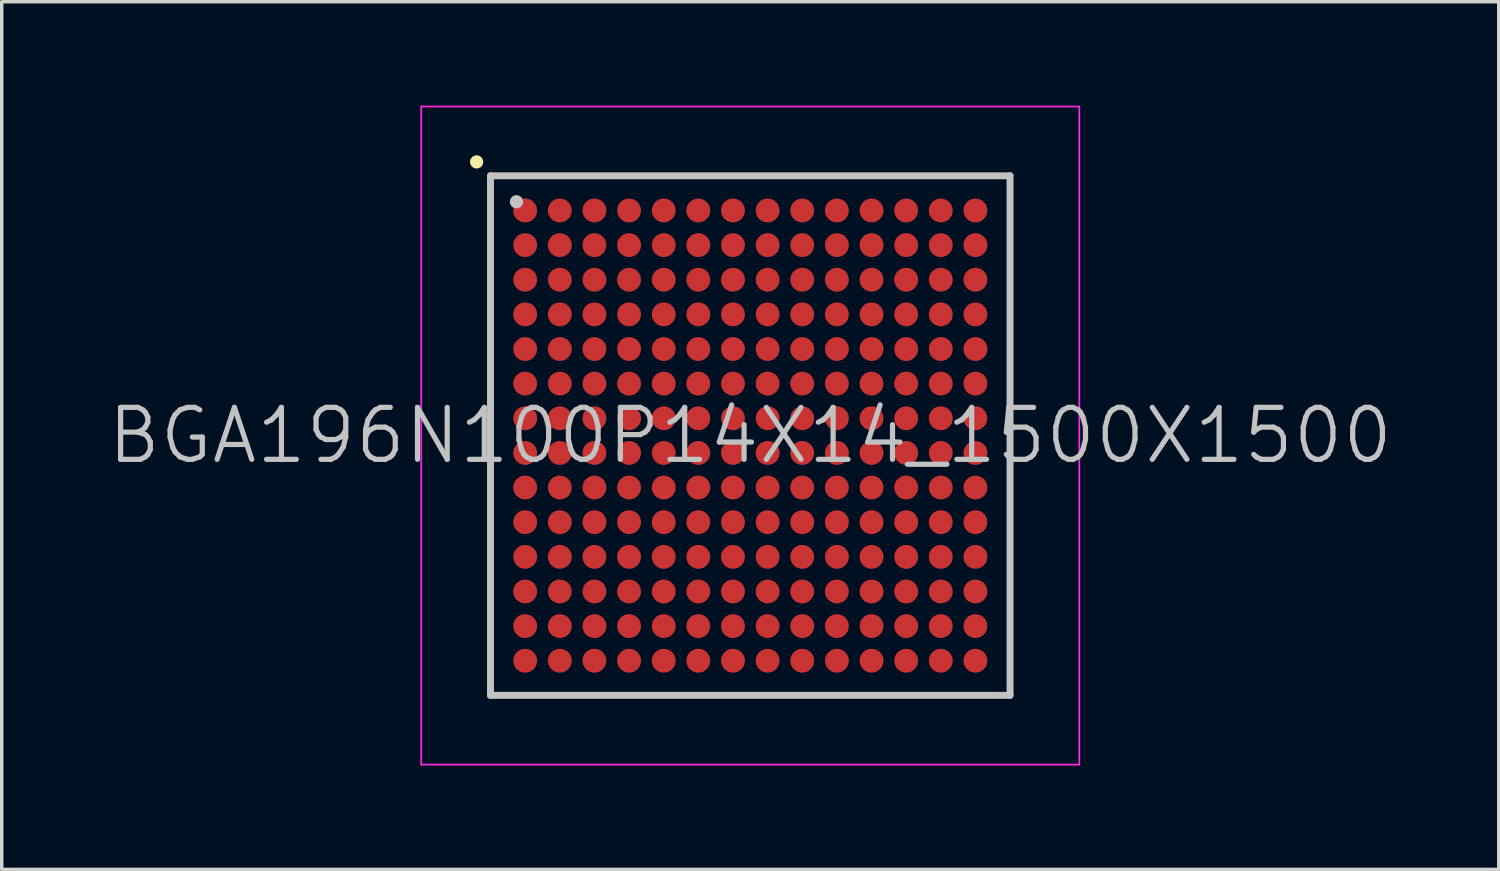
<source format=kicad_pcb>
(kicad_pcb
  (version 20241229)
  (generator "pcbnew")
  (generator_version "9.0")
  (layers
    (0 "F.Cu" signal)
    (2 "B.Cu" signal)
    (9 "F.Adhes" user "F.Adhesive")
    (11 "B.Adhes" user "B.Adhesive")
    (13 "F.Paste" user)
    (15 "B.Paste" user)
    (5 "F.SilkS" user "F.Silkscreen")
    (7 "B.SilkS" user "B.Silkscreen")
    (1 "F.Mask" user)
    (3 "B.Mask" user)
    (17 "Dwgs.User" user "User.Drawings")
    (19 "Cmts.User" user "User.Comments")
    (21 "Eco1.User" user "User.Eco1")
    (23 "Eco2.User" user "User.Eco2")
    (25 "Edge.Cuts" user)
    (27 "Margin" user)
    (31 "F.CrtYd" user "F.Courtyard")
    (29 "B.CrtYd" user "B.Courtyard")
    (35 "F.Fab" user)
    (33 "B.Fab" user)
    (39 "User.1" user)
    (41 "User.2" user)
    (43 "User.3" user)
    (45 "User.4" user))
  (footprint "BGA196N100P14X14_1500X1500"
    (layer "F.Cu")
    (at 18.611 9.525)
    (property "Reference" "BGA196N100P14X14_1500X1500" (at 0 0 0) (layer "Dwgs.User") (effects (font (size 1.5 1.5) (thickness 0.15))))
    (attr smd)
    (fp_line (start -7.9 -7.9) (end -7.9 -7.9) (stroke (width 0.381) (type solid)) (layer "F.SilkS"))
    (fp_line (start -7.5 -7.5) (end -7.5 7.5) (stroke (width 0.2) (type solid)) (layer "Dwgs.User"))
    (fp_line (start -7.5 -7.5) (end 7.5 -7.5) (stroke (width 0.2) (type solid)) (layer "Dwgs.User"))
    (fp_line (start -7.5 7.5) (end 7.5 7.5) (stroke (width 0.2) (type solid)) (layer "Dwgs.User"))
    (fp_line (start -6.75 -6.75) (end -6.75 -6.75) (stroke (width 0.381) (type solid)) (layer "Dwgs.User"))
    (fp_line (start 7.5 -7.5) (end 7.5 7.5) (stroke (width 0.2) (type solid)) (layer "Dwgs.User"))
    (fp_line (start -9.5 -9.5) (end -9.5 9.5) (stroke (width 0.05) (type solid)) (layer "F.CrtYd"))
    (fp_line (start -9.5 -9.5) (end 9.5 -9.5) (stroke (width 0.05) (type solid)) (layer "F.CrtYd"))
    (fp_line (start -9.5 9.5) (end 9.5 9.5) (stroke (width 0.05) (type solid)) (layer "F.CrtYd"))
    (fp_line (start 9.5 -9.5) (end 9.5 9.5) (stroke (width 0.05) (type solid)) (layer "F.CrtYd"))
    (pad "A1" smd circle (at -6.498 -6.498) (size 0.69 0.69) (layers "F.Cu" "F.Mask" "F.Paste"))
    (pad "A2" smd circle (at -5.498 -6.498) (size 0.69 0.69) (layers "F.Cu" "F.Mask" "F.Paste"))
    (pad "A3" smd circle (at -4.499 -6.498) (size 0.69 0.69) (layers "F.Cu" "F.Mask" "F.Paste"))
    (pad "A4" smd circle (at -3.499 -6.498) (size 0.69 0.69) (layers "F.Cu" "F.Mask" "F.Paste"))
    (pad "A5" smd circle (at -2.498 -6.498) (size 0.69 0.69) (layers "F.Cu" "F.Mask" "F.Paste"))
    (pad "A6" smd circle (at -1.5 -6.498) (size 0.69 0.69) (layers "F.Cu" "F.Mask" "F.Paste"))
    (pad "A7" smd circle (at -0.499 -6.498) (size 0.69 0.69) (layers "F.Cu" "F.Mask" "F.Paste"))
    (pad "A8" smd circle (at 0.502 -6.498) (size 0.69 0.69) (layers "F.Cu" "F.Mask" "F.Paste"))
    (pad "A9" smd circle (at 1.5 -6.498) (size 0.69 0.69) (layers "F.Cu" "F.Mask" "F.Paste"))
    (pad "A10" smd circle (at 2.501 -6.498) (size 0.69 0.69) (layers "F.Cu" "F.Mask" "F.Paste"))
    (pad "A11" smd circle (at 3.502 -6.498) (size 0.69 0.69) (layers "F.Cu" "F.Mask" "F.Paste"))
    (pad "A12" smd circle (at 4.502 -6.498) (size 0.69 0.69) (layers "F.Cu" "F.Mask" "F.Paste"))
    (pad "A13" smd circle (at 5.501 -6.498) (size 0.69 0.69) (layers "F.Cu" "F.Mask" "F.Paste"))
    (pad "A14" smd circle (at 6.501 -6.498) (size 0.69 0.69) (layers "F.Cu" "F.Mask" "F.Paste"))
    (pad "B1" smd circle (at -6.498 -5.498) (size 0.69 0.69) (layers "F.Cu" "F.Mask" "F.Paste"))
    (pad "B2" smd circle (at -5.498 -5.498) (size 0.69 0.69) (layers "F.Cu" "F.Mask" "F.Paste"))
    (pad "B3" smd circle (at -4.499 -5.498) (size 0.69 0.69) (layers "F.Cu" "F.Mask" "F.Paste"))
    (pad "B4" smd circle (at -3.499 -5.498) (size 0.69 0.69) (layers "F.Cu" "F.Mask" "F.Paste"))
    (pad "B5" smd circle (at -2.498 -5.498) (size 0.69 0.69) (layers "F.Cu" "F.Mask" "F.Paste"))
    (pad "B6" smd circle (at -1.5 -5.498) (size 0.69 0.69) (layers "F.Cu" "F.Mask" "F.Paste"))
    (pad "B7" smd circle (at -0.499 -5.498) (size 0.69 0.69) (layers "F.Cu" "F.Mask" "F.Paste"))
    (pad "B8" smd circle (at 0.502 -5.498) (size 0.69 0.69) (layers "F.Cu" "F.Mask" "F.Paste"))
    (pad "B9" smd circle (at 1.5 -5.498) (size 0.69 0.69) (layers "F.Cu" "F.Mask" "F.Paste"))
    (pad "B10" smd circle (at 2.501 -5.498) (size 0.69 0.69) (layers "F.Cu" "F.Mask" "F.Paste"))
    (pad "B11" smd circle (at 3.502 -5.498) (size 0.69 0.69) (layers "F.Cu" "F.Mask" "F.Paste"))
    (pad "B12" smd circle (at 4.502 -5.498) (size 0.69 0.69) (layers "F.Cu" "F.Mask" "F.Paste"))
    (pad "B13" smd circle (at 5.501 -5.498) (size 0.69 0.69) (layers "F.Cu" "F.Mask" "F.Paste"))
    (pad "B14" smd circle (at 6.501 -5.498) (size 0.69 0.69) (layers "F.Cu" "F.Mask" "F.Paste"))
    (pad "C1" smd circle (at -6.498 -4.499) (size 0.69 0.69) (layers "F.Cu" "F.Mask" "F.Paste"))
    (pad "C2" smd circle (at -5.498 -4.499) (size 0.69 0.69) (layers "F.Cu" "F.Mask" "F.Paste"))
    (pad "C3" smd circle (at -4.499 -4.499) (size 0.69 0.69) (layers "F.Cu" "F.Mask" "F.Paste"))
    (pad "C4" smd circle (at -3.499 -4.499) (size 0.69 0.69) (layers "F.Cu" "F.Mask" "F.Paste"))
    (pad "C5" smd circle (at -2.498 -4.499) (size 0.69 0.69) (layers "F.Cu" "F.Mask" "F.Paste"))
    (pad "C6" smd circle (at -1.5 -4.499) (size 0.69 0.69) (layers "F.Cu" "F.Mask" "F.Paste"))
    (pad "C7" smd circle (at -0.499 -4.499) (size 0.69 0.69) (layers "F.Cu" "F.Mask" "F.Paste"))
    (pad "C8" smd circle (at 0.502 -4.499) (size 0.69 0.69) (layers "F.Cu" "F.Mask" "F.Paste"))
    (pad "C9" smd circle (at 1.5 -4.499) (size 0.69 0.69) (layers "F.Cu" "F.Mask" "F.Paste"))
    (pad "C10" smd circle (at 2.501 -4.499) (size 0.69 0.69) (layers "F.Cu" "F.Mask" "F.Paste"))
    (pad "C11" smd circle (at 3.502 -4.499) (size 0.69 0.69) (layers "F.Cu" "F.Mask" "F.Paste"))
    (pad "C12" smd circle (at 4.502 -4.499) (size 0.69 0.69) (layers "F.Cu" "F.Mask" "F.Paste"))
    (pad "C13" smd circle (at 5.501 -4.499) (size 0.69 0.69) (layers "F.Cu" "F.Mask" "F.Paste"))
    (pad "C14" smd circle (at 6.501 -4.499) (size 0.69 0.69) (layers "F.Cu" "F.Mask" "F.Paste"))
    (pad "D1" smd circle (at -6.498 -3.499) (size 0.69 0.69) (layers "F.Cu" "F.Mask" "F.Paste"))
    (pad "D2" smd circle (at -5.498 -3.499) (size 0.69 0.69) (layers "F.Cu" "F.Mask" "F.Paste"))
    (pad "D3" smd circle (at -4.499 -3.499) (size 0.69 0.69) (layers "F.Cu" "F.Mask" "F.Paste"))
    (pad "D4" smd circle (at -3.499 -3.499) (size 0.69 0.69) (layers "F.Cu" "F.Mask" "F.Paste"))
    (pad "D5" smd circle (at -2.498 -3.499) (size 0.69 0.69) (layers "F.Cu" "F.Mask" "F.Paste"))
    (pad "D6" smd circle (at -1.5 -3.499) (size 0.69 0.69) (layers "F.Cu" "F.Mask" "F.Paste"))
    (pad "D7" smd circle (at -0.499 -3.499) (size 0.69 0.69) (layers "F.Cu" "F.Mask" "F.Paste"))
    (pad "D8" smd circle (at 0.502 -3.499) (size 0.69 0.69) (layers "F.Cu" "F.Mask" "F.Paste"))
    (pad "D9" smd circle (at 1.5 -3.499) (size 0.69 0.69) (layers "F.Cu" "F.Mask" "F.Paste"))
    (pad "D10" smd circle (at 2.501 -3.499) (size 0.69 0.69) (layers "F.Cu" "F.Mask" "F.Paste"))
    (pad "D11" smd circle (at 3.502 -3.499) (size 0.69 0.69) (layers "F.Cu" "F.Mask" "F.Paste"))
    (pad "D12" smd circle (at 4.502 -3.499) (size 0.69 0.69) (layers "F.Cu" "F.Mask" "F.Paste"))
    (pad "D13" smd circle (at 5.501 -3.499) (size 0.69 0.69) (layers "F.Cu" "F.Mask" "F.Paste"))
    (pad "D14" smd circle (at 6.501 -3.499) (size 0.69 0.69) (layers "F.Cu" "F.Mask" "F.Paste"))
    (pad "E1" smd circle (at -6.498 -2.498) (size 0.69 0.69) (layers "F.Cu" "F.Mask" "F.Paste"))
    (pad "E2" smd circle (at -5.498 -2.498) (size 0.69 0.69) (layers "F.Cu" "F.Mask" "F.Paste"))
    (pad "E3" smd circle (at -4.499 -2.498) (size 0.69 0.69) (layers "F.Cu" "F.Mask" "F.Paste"))
    (pad "E4" smd circle (at -3.499 -2.498) (size 0.69 0.69) (layers "F.Cu" "F.Mask" "F.Paste"))
    (pad "E5" smd circle (at -2.498 -2.498) (size 0.69 0.69) (layers "F.Cu" "F.Mask" "F.Paste"))
    (pad "E6" smd circle (at -1.5 -2.498) (size 0.69 0.69) (layers "F.Cu" "F.Mask" "F.Paste"))
    (pad "E7" smd circle (at -0.499 -2.498) (size 0.69 0.69) (layers "F.Cu" "F.Mask" "F.Paste"))
    (pad "E8" smd circle (at 0.502 -2.498) (size 0.69 0.69) (layers "F.Cu" "F.Mask" "F.Paste"))
    (pad "E9" smd circle (at 1.5 -2.498) (size 0.69 0.69) (layers "F.Cu" "F.Mask" "F.Paste"))
    (pad "E10" smd circle (at 2.501 -2.498) (size 0.69 0.69) (layers "F.Cu" "F.Mask" "F.Paste"))
    (pad "E11" smd circle (at 3.502 -2.498) (size 0.69 0.69) (layers "F.Cu" "F.Mask" "F.Paste"))
    (pad "E12" smd circle (at 4.502 -2.498) (size 0.69 0.69) (layers "F.Cu" "F.Mask" "F.Paste"))
    (pad "E13" smd circle (at 5.501 -2.498) (size 0.69 0.69) (layers "F.Cu" "F.Mask" "F.Paste"))
    (pad "E14" smd circle (at 6.501 -2.498) (size 0.69 0.69) (layers "F.Cu" "F.Mask" "F.Paste"))
    (pad "F1" smd circle (at -6.498 -1.5) (size 0.69 0.69) (layers "F.Cu" "F.Mask" "F.Paste"))
    (pad "F2" smd circle (at -5.498 -1.5) (size 0.69 0.69) (layers "F.Cu" "F.Mask" "F.Paste"))
    (pad "F3" smd circle (at -4.499 -1.5) (size 0.69 0.69) (layers "F.Cu" "F.Mask" "F.Paste"))
    (pad "F4" smd circle (at -3.499 -1.5) (size 0.69 0.69) (layers "F.Cu" "F.Mask" "F.Paste"))
    (pad "F5" smd circle (at -2.498 -1.5) (size 0.69 0.69) (layers "F.Cu" "F.Mask" "F.Paste"))
    (pad "F6" smd circle (at -1.5 -1.5) (size 0.69 0.69) (layers "F.Cu" "F.Mask" "F.Paste"))
    (pad "F7" smd circle (at -0.499 -1.5) (size 0.69 0.69) (layers "F.Cu" "F.Mask" "F.Paste"))
    (pad "F8" smd circle (at 0.502 -1.5) (size 0.69 0.69) (layers "F.Cu" "F.Mask" "F.Paste"))
    (pad "F9" smd circle (at 1.5 -1.5) (size 0.69 0.69) (layers "F.Cu" "F.Mask" "F.Paste"))
    (pad "F10" smd circle (at 2.501 -1.5) (size 0.69 0.69) (layers "F.Cu" "F.Mask" "F.Paste"))
    (pad "F11" smd circle (at 3.502 -1.5) (size 0.69 0.69) (layers "F.Cu" "F.Mask" "F.Paste"))
    (pad "F12" smd circle (at 4.502 -1.5) (size 0.69 0.69) (layers "F.Cu" "F.Mask" "F.Paste"))
    (pad "F13" smd circle (at 5.501 -1.5) (size 0.69 0.69) (layers "F.Cu" "F.Mask" "F.Paste"))
    (pad "F14" smd circle (at 6.501 -1.5) (size 0.69 0.69) (layers "F.Cu" "F.Mask" "F.Paste"))
    (pad "G1" smd circle (at -6.498 -0.499) (size 0.69 0.69) (layers "F.Cu" "F.Mask" "F.Paste"))
    (pad "G2" smd circle (at -5.498 -0.499) (size 0.69 0.69) (layers "F.Cu" "F.Mask" "F.Paste"))
    (pad "G3" smd circle (at -4.499 -0.499) (size 0.69 0.69) (layers "F.Cu" "F.Mask" "F.Paste"))
    (pad "G4" smd circle (at -3.499 -0.499) (size 0.69 0.69) (layers "F.Cu" "F.Mask" "F.Paste"))
    (pad "G5" smd circle (at -2.498 -0.499) (size 0.69 0.69) (layers "F.Cu" "F.Mask" "F.Paste"))
    (pad "G6" smd circle (at -1.5 -0.499) (size 0.69 0.69) (layers "F.Cu" "F.Mask" "F.Paste"))
    (pad "G7" smd circle (at -0.499 -0.499) (size 0.69 0.69) (layers "F.Cu" "F.Mask" "F.Paste"))
    (pad "G8" smd circle (at 0.502 -0.499) (size 0.69 0.69) (layers "F.Cu" "F.Mask" "F.Paste"))
    (pad "G9" smd circle (at 1.5 -0.499) (size 0.69 0.69) (layers "F.Cu" "F.Mask" "F.Paste"))
    (pad "G10" smd circle (at 2.501 -0.499) (size 0.69 0.69) (layers "F.Cu" "F.Mask" "F.Paste"))
    (pad "G11" smd circle (at 3.502 -0.499) (size 0.69 0.69) (layers "F.Cu" "F.Mask" "F.Paste"))
    (pad "G12" smd circle (at 4.502 -0.499) (size 0.69 0.69) (layers "F.Cu" "F.Mask" "F.Paste"))
    (pad "G13" smd circle (at 5.501 -0.499) (size 0.69 0.69) (layers "F.Cu" "F.Mask" "F.Paste"))
    (pad "G14" smd circle (at 6.501 -0.499) (size 0.69 0.69) (layers "F.Cu" "F.Mask" "F.Paste"))
    (pad "H1" smd circle (at -6.498 0.502) (size 0.69 0.69) (layers "F.Cu" "F.Mask" "F.Paste"))
    (pad "H2" smd circle (at -5.498 0.502) (size 0.69 0.69) (layers "F.Cu" "F.Mask" "F.Paste"))
    (pad "H3" smd circle (at -4.499 0.502) (size 0.69 0.69) (layers "F.Cu" "F.Mask" "F.Paste"))
    (pad "H4" smd circle (at -3.499 0.502) (size 0.69 0.69) (layers "F.Cu" "F.Mask" "F.Paste"))
    (pad "H5" smd circle (at -2.498 0.502) (size 0.69 0.69) (layers "F.Cu" "F.Mask" "F.Paste"))
    (pad "H6" smd circle (at -1.5 0.502) (size 0.69 0.69) (layers "F.Cu" "F.Mask" "F.Paste"))
    (pad "H7" smd circle (at -0.499 0.502) (size 0.69 0.69) (layers "F.Cu" "F.Mask" "F.Paste"))
    (pad "H8" smd circle (at 0.502 0.502) (size 0.69 0.69) (layers "F.Cu" "F.Mask" "F.Paste"))
    (pad "H9" smd circle (at 1.5 0.502) (size 0.69 0.69) (layers "F.Cu" "F.Mask" "F.Paste"))
    (pad "H10" smd circle (at 2.501 0.502) (size 0.69 0.69) (layers "F.Cu" "F.Mask" "F.Paste"))
    (pad "H11" smd circle (at 3.502 0.502) (size 0.69 0.69) (layers "F.Cu" "F.Mask" "F.Paste"))
    (pad "H12" smd circle (at 4.502 0.502) (size 0.69 0.69) (layers "F.Cu" "F.Mask" "F.Paste"))
    (pad "H13" smd circle (at 5.501 0.502) (size 0.69 0.69) (layers "F.Cu" "F.Mask" "F.Paste"))
    (pad "H14" smd circle (at 6.501 0.502) (size 0.69 0.69) (layers "F.Cu" "F.Mask" "F.Paste"))
    (pad "J1" smd circle (at -6.498 1.5) (size 0.69 0.69) (layers "F.Cu" "F.Mask" "F.Paste"))
    (pad "J2" smd circle (at -5.498 1.5) (size 0.69 0.69) (layers "F.Cu" "F.Mask" "F.Paste"))
    (pad "J3" smd circle (at -4.499 1.5) (size 0.69 0.69) (layers "F.Cu" "F.Mask" "F.Paste"))
    (pad "J4" smd circle (at -3.499 1.5) (size 0.69 0.69) (layers "F.Cu" "F.Mask" "F.Paste"))
    (pad "J5" smd circle (at -2.498 1.5) (size 0.69 0.69) (layers "F.Cu" "F.Mask" "F.Paste"))
    (pad "J6" smd circle (at -1.5 1.5) (size 0.69 0.69) (layers "F.Cu" "F.Mask" "F.Paste"))
    (pad "J7" smd circle (at -0.499 1.5) (size 0.69 0.69) (layers "F.Cu" "F.Mask" "F.Paste"))
    (pad "J8" smd circle (at 0.502 1.5) (size 0.69 0.69) (layers "F.Cu" "F.Mask" "F.Paste"))
    (pad "J9" smd circle (at 1.5 1.5) (size 0.69 0.69) (layers "F.Cu" "F.Mask" "F.Paste"))
    (pad "J10" smd circle (at 2.501 1.5) (size 0.69 0.69) (layers "F.Cu" "F.Mask" "F.Paste"))
    (pad "J11" smd circle (at 3.502 1.5) (size 0.69 0.69) (layers "F.Cu" "F.Mask" "F.Paste"))
    (pad "J12" smd circle (at 4.502 1.5) (size 0.69 0.69) (layers "F.Cu" "F.Mask" "F.Paste"))
    (pad "J13" smd circle (at 5.501 1.5) (size 0.69 0.69) (layers "F.Cu" "F.Mask" "F.Paste"))
    (pad "J14" smd circle (at 6.501 1.5) (size 0.69 0.69) (layers "F.Cu" "F.Mask" "F.Paste"))
    (pad "K1" smd circle (at -6.498 2.501) (size 0.69 0.69) (layers "F.Cu" "F.Mask" "F.Paste"))
    (pad "K2" smd circle (at -5.498 2.501) (size 0.69 0.69) (layers "F.Cu" "F.Mask" "F.Paste"))
    (pad "K3" smd circle (at -4.499 2.501) (size 0.69 0.69) (layers "F.Cu" "F.Mask" "F.Paste"))
    (pad "K4" smd circle (at -3.499 2.501) (size 0.69 0.69) (layers "F.Cu" "F.Mask" "F.Paste"))
    (pad "K5" smd circle (at -2.498 2.501) (size 0.69 0.69) (layers "F.Cu" "F.Mask" "F.Paste"))
    (pad "K6" smd circle (at -1.5 2.501) (size 0.69 0.69) (layers "F.Cu" "F.Mask" "F.Paste"))
    (pad "K7" smd circle (at -0.499 2.501) (size 0.69 0.69) (layers "F.Cu" "F.Mask" "F.Paste"))
    (pad "K8" smd circle (at 0.502 2.501) (size 0.69 0.69) (layers "F.Cu" "F.Mask" "F.Paste"))
    (pad "K9" smd circle (at 1.5 2.501) (size 0.69 0.69) (layers "F.Cu" "F.Mask" "F.Paste"))
    (pad "K10" smd circle (at 2.501 2.501) (size 0.69 0.69) (layers "F.Cu" "F.Mask" "F.Paste"))
    (pad "K11" smd circle (at 3.502 2.501) (size 0.69 0.69) (layers "F.Cu" "F.Mask" "F.Paste"))
    (pad "K12" smd circle (at 4.502 2.501) (size 0.69 0.69) (layers "F.Cu" "F.Mask" "F.Paste"))
    (pad "K13" smd circle (at 5.501 2.501) (size 0.69 0.69) (layers "F.Cu" "F.Mask" "F.Paste"))
    (pad "K14" smd circle (at 6.501 2.501) (size 0.69 0.69) (layers "F.Cu" "F.Mask" "F.Paste"))
    (pad "L1" smd circle (at -6.498 3.502) (size 0.69 0.69) (layers "F.Cu" "F.Mask" "F.Paste"))
    (pad "L2" smd circle (at -5.498 3.502) (size 0.69 0.69) (layers "F.Cu" "F.Mask" "F.Paste"))
    (pad "L3" smd circle (at -4.499 3.502) (size 0.69 0.69) (layers "F.Cu" "F.Mask" "F.Paste"))
    (pad "L4" smd circle (at -3.499 3.502) (size 0.69 0.69) (layers "F.Cu" "F.Mask" "F.Paste"))
    (pad "L5" smd circle (at -2.498 3.502) (size 0.69 0.69) (layers "F.Cu" "F.Mask" "F.Paste"))
    (pad "L6" smd circle (at -1.5 3.502) (size 0.69 0.69) (layers "F.Cu" "F.Mask" "F.Paste"))
    (pad "L7" smd circle (at -0.499 3.502) (size 0.69 0.69) (layers "F.Cu" "F.Mask" "F.Paste"))
    (pad "L8" smd circle (at 0.502 3.502) (size 0.69 0.69) (layers "F.Cu" "F.Mask" "F.Paste"))
    (pad "L9" smd circle (at 1.5 3.502) (size 0.69 0.69) (layers "F.Cu" "F.Mask" "F.Paste"))
    (pad "L10" smd circle (at 2.501 3.502) (size 0.69 0.69) (layers "F.Cu" "F.Mask" "F.Paste"))
    (pad "L11" smd circle (at 3.502 3.502) (size 0.69 0.69) (layers "F.Cu" "F.Mask" "F.Paste"))
    (pad "L12" smd circle (at 4.502 3.502) (size 0.69 0.69) (layers "F.Cu" "F.Mask" "F.Paste"))
    (pad "L13" smd circle (at 5.501 3.502) (size 0.69 0.69) (layers "F.Cu" "F.Mask" "F.Paste"))
    (pad "L14" smd circle (at 6.501 3.502) (size 0.69 0.69) (layers "F.Cu" "F.Mask" "F.Paste"))
    (pad "M1" smd circle (at -6.498 4.502) (size 0.69 0.69) (layers "F.Cu" "F.Mask" "F.Paste"))
    (pad "M2" smd circle (at -5.498 4.502) (size 0.69 0.69) (layers "F.Cu" "F.Mask" "F.Paste"))
    (pad "M3" smd circle (at -4.499 4.502) (size 0.69 0.69) (layers "F.Cu" "F.Mask" "F.Paste"))
    (pad "M4" smd circle (at -3.499 4.502) (size 0.69 0.69) (layers "F.Cu" "F.Mask" "F.Paste"))
    (pad "M5" smd circle (at -2.498 4.502) (size 0.69 0.69) (layers "F.Cu" "F.Mask" "F.Paste"))
    (pad "M6" smd circle (at -1.5 4.502) (size 0.69 0.69) (layers "F.Cu" "F.Mask" "F.Paste"))
    (pad "M7" smd circle (at -0.499 4.502) (size 0.69 0.69) (layers "F.Cu" "F.Mask" "F.Paste"))
    (pad "M8" smd circle (at 0.502 4.502) (size 0.69 0.69) (layers "F.Cu" "F.Mask" "F.Paste"))
    (pad "M9" smd circle (at 1.5 4.502) (size 0.69 0.69) (layers "F.Cu" "F.Mask" "F.Paste"))
    (pad "M10" smd circle (at 2.501 4.502) (size 0.69 0.69) (layers "F.Cu" "F.Mask" "F.Paste"))
    (pad "M11" smd circle (at 3.502 4.502) (size 0.69 0.69) (layers "F.Cu" "F.Mask" "F.Paste"))
    (pad "M12" smd circle (at 4.502 4.502) (size 0.69 0.69) (layers "F.Cu" "F.Mask" "F.Paste"))
    (pad "M13" smd circle (at 5.501 4.502) (size 0.69 0.69) (layers "F.Cu" "F.Mask" "F.Paste"))
    (pad "M14" smd circle (at 6.501 4.502) (size 0.69 0.69) (layers "F.Cu" "F.Mask" "F.Paste"))
    (pad "N1" smd circle (at -6.498 5.501) (size 0.69 0.69) (layers "F.Cu" "F.Mask" "F.Paste"))
    (pad "N2" smd circle (at -5.498 5.501) (size 0.69 0.69) (layers "F.Cu" "F.Mask" "F.Paste"))
    (pad "N3" smd circle (at -4.499 5.501) (size 0.69 0.69) (layers "F.Cu" "F.Mask" "F.Paste"))
    (pad "N4" smd circle (at -3.499 5.501) (size 0.69 0.69) (layers "F.Cu" "F.Mask" "F.Paste"))
    (pad "N5" smd circle (at -2.498 5.501) (size 0.69 0.69) (layers "F.Cu" "F.Mask" "F.Paste"))
    (pad "N6" smd circle (at -1.5 5.501) (size 0.69 0.69) (layers "F.Cu" "F.Mask" "F.Paste"))
    (pad "N7" smd circle (at -0.499 5.501) (size 0.69 0.69) (layers "F.Cu" "F.Mask" "F.Paste"))
    (pad "N8" smd circle (at 0.502 5.501) (size 0.69 0.69) (layers "F.Cu" "F.Mask" "F.Paste"))
    (pad "N9" smd circle (at 1.5 5.501) (size 0.69 0.69) (layers "F.Cu" "F.Mask" "F.Paste"))
    (pad "N10" smd circle (at 2.501 5.501) (size 0.69 0.69) (layers "F.Cu" "F.Mask" "F.Paste"))
    (pad "N11" smd circle (at 3.502 5.501) (size 0.69 0.69) (layers "F.Cu" "F.Mask" "F.Paste"))
    (pad "N12" smd circle (at 4.502 5.501) (size 0.69 0.69) (layers "F.Cu" "F.Mask" "F.Paste"))
    (pad "N13" smd circle (at 5.501 5.501) (size 0.69 0.69) (layers "F.Cu" "F.Mask" "F.Paste"))
    (pad "N14" smd circle (at 6.501 5.501) (size 0.69 0.69) (layers "F.Cu" "F.Mask" "F.Paste"))
    (pad "P1" smd circle (at -6.498 6.501) (size 0.69 0.69) (layers "F.Cu" "F.Mask" "F.Paste"))
    (pad "P2" smd circle (at -5.498 6.501) (size 0.69 0.69) (layers "F.Cu" "F.Mask" "F.Paste"))
    (pad "P3" smd circle (at -4.499 6.501) (size 0.69 0.69) (layers "F.Cu" "F.Mask" "F.Paste"))
    (pad "P4" smd circle (at -3.499 6.501) (size 0.69 0.69) (layers "F.Cu" "F.Mask" "F.Paste"))
    (pad "P5" smd circle (at -2.498 6.501) (size 0.69 0.69) (layers "F.Cu" "F.Mask" "F.Paste"))
    (pad "P6" smd circle (at -1.5 6.501) (size 0.69 0.69) (layers "F.Cu" "F.Mask" "F.Paste"))
    (pad "P7" smd circle (at -0.499 6.501) (size 0.69 0.69) (layers "F.Cu" "F.Mask" "F.Paste"))
    (pad "P8" smd circle (at 0.502 6.501) (size 0.69 0.69) (layers "F.Cu" "F.Mask" "F.Paste"))
    (pad "P9" smd circle (at 1.5 6.501) (size 0.69 0.69) (layers "F.Cu" "F.Mask" "F.Paste"))
    (pad "P10" smd circle (at 2.501 6.501) (size 0.69 0.69) (layers "F.Cu" "F.Mask" "F.Paste"))
    (pad "P11" smd circle (at 3.502 6.501) (size 0.69 0.69) (layers "F.Cu" "F.Mask" "F.Paste"))
    (pad "P12" smd circle (at 4.502 6.501) (size 0.69 0.69) (layers "F.Cu" "F.Mask" "F.Paste"))
    (pad "P13" smd circle (at 5.501 6.501) (size 0.69 0.69) (layers "F.Cu" "F.Mask" "F.Paste"))
    (pad "P14" smd circle (at 6.501 6.501) (size 0.69 0.69) (layers "F.Cu" "F.Mask" "F.Paste")))
  (gr_rect
    (start -3 -3)
    (end 40.221 22.05)
    (stroke (width 0.1) (type default))
    (fill no)
    (layer "Edge.Cuts")))
</source>
